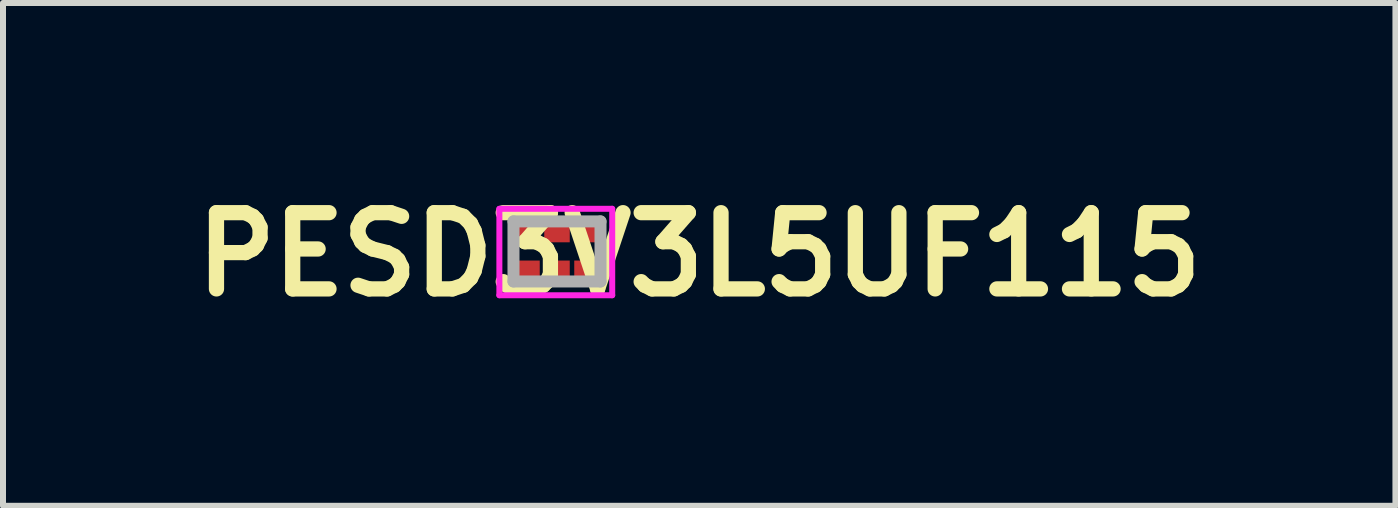
<source format=kicad_pcb>
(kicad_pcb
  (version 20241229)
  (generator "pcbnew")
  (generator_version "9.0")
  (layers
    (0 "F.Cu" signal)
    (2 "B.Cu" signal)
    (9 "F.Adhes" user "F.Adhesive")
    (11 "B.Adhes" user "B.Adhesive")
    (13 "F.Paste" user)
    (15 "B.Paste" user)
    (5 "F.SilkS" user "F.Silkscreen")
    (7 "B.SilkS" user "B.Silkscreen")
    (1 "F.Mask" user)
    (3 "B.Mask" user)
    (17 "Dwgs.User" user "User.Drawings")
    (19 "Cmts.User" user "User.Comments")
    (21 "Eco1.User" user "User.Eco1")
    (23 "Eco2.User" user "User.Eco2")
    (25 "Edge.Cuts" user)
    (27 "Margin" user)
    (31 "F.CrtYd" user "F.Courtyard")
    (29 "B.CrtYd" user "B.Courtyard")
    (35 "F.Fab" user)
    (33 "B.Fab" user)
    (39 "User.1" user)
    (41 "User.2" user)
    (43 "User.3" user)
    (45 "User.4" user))
  (footprint "PESD3V3L5UF115"
    (layer "F.Cu")
    (at 6.23 1.139)
    (property "Reference" "PESD3V3L5UF115" (at 2.37 0.05 0) (layer "F.SilkS") (effects (font (size 1.27 1.27) (thickness 0.254))))
    (attr smd)
    (fp_line (start -0.85 0.59) (end -0.85 0.59) (stroke (width 0.05) (type solid)) (layer "F.SilkS"))
    (fp_line (start -0.85 0.64) (end -0.85 0.64) (stroke (width 0.05) (type solid)) (layer "F.SilkS"))
    (fp_line (start -0.725 0) (end -0.725 -0.05) (stroke (width 0.1) (type solid)) (layer "F.SilkS"))
    (fp_line (start -0.725 0.05) (end -0.725 0) (stroke (width 0.1) (type solid)) (layer "F.SilkS"))
    (fp_line (start 0.725 0) (end 0.725 -0.05) (stroke (width 0.1) (type solid)) (layer "F.SilkS"))
    (fp_line (start 0.725 0.05) (end 0.725 0) (stroke (width 0.1) (type solid)) (layer "F.SilkS"))
    (fp_arc (start -0.85 0.59) (mid -0.825 0.615) (end -0.85 0.64) (stroke (width 0.05) (type solid)) (layer "F.SilkS"))
    (fp_arc (start -0.85 0.64) (mid -0.875 0.615) (end -0.85 0.59) (stroke (width 0.05) (type solid)) (layer "F.SilkS"))
    (fp_line (start -0.96 -0.71) (end 0.92 -0.71) (stroke (width 0.1) (type solid)) (layer "F.CrtYd"))
    (fp_line (start -0.96 0.73) (end -0.96 -0.71) (stroke (width 0.1) (type solid)) (layer "F.CrtYd"))
    (fp_line (start 0.92 -0.71) (end 0.92 0.73) (stroke (width 0.1) (type solid)) (layer "F.CrtYd"))
    (fp_line (start 0.92 0.73) (end -0.96 0.73) (stroke (width 0.1) (type solid)) (layer "F.CrtYd"))
    (fp_line (start -0.725 -0.5) (end 0.725 -0.5) (stroke (width 0.2) (type solid)) (layer "F.Fab"))
    (fp_line (start -0.725 0.5) (end -0.725 -0.5) (stroke (width 0.2) (type solid)) (layer "F.Fab"))
    (fp_line (start 0.725 -0.5) (end 0.725 0.5) (stroke (width 0.2) (type solid)) (layer "F.Fab"))
    (fp_line (start 0.725 0.5) (end -0.725 0.5) (stroke (width 0.2) (type solid)) (layer "F.Fab"))
    (pad "1" smd rect (at -0.5 0.337 90) (size 0.37 0.425) (layers "F.Cu" "F.Mask" "F.Paste"))
    (pad "2" smd rect (at 0 0.337 90) (size 0.37 0.425) (layers "F.Cu" "F.Mask" "F.Paste"))
    (pad "3" smd rect (at 0.5 0.337 90) (size 0.37 0.425) (layers "F.Cu" "F.Mask" "F.Paste"))
    (pad "4" smd rect (at 0.5 -0.337 90) (size 0.37 0.425) (layers "F.Cu" "F.Mask" "F.Paste"))
    (pad "5" smd rect (at 0 -0.337 90) (size 0.37 0.425) (layers "F.Cu" "F.Mask" "F.Paste"))
    (pad "6" smd rect (at -0.5 -0.337 90) (size 0.37 0.425) (layers "F.Cu" "F.Mask" "F.Paste")))
  (gr_rect
    (start -3 -3)
    (end 20.199 5.377)
    (stroke (width 0.1) (type default))
    (fill no)
    (layer "Edge.Cuts")))
</source>
